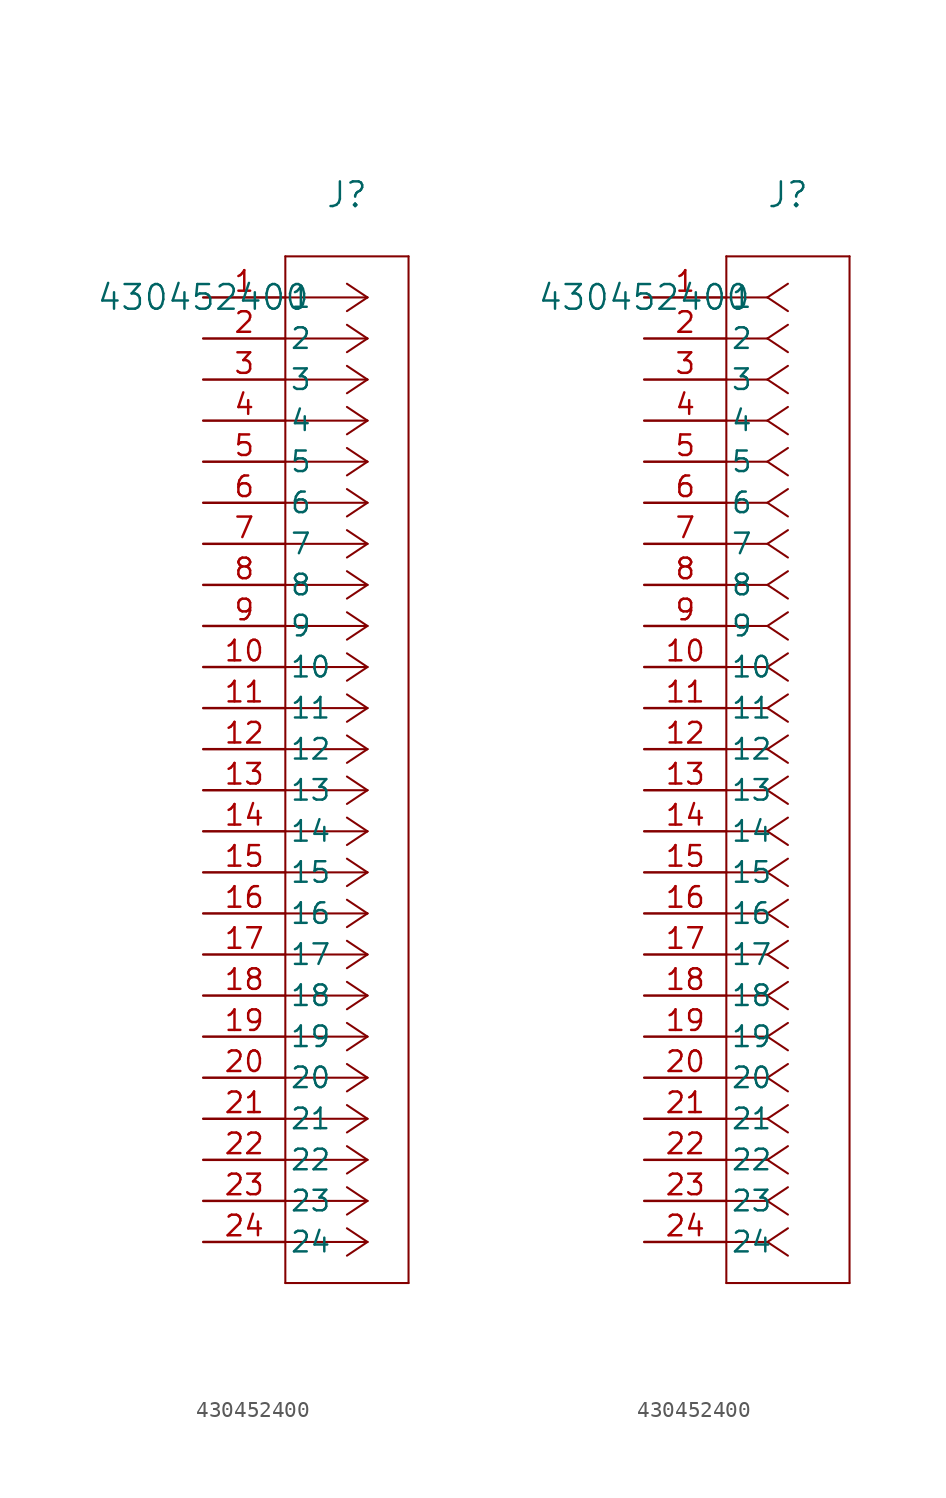
<source format=kicad_sym>
(kicad_symbol_lib
  (version 20211014)
  (generator kicad_symbol_editor)
  (symbol "430452400"
    (pin_names
      (offset 0.254))
    (property "Reference" "J"
      (at 8.89 6.35 0)
      (effects (font (size 1.524 1.524))))
    (property "Value" "430452400"
      (at 0 0 0)
      (effects (font (size 1.524 1.524))))
    (symbol "430452400_1_1"
      (polyline (pts (xy 10.16 0) (xy 5.08 0)) (stroke (width 0.127) (type default) (color 0 0 0 0)) (fill (type none)))
      (polyline (pts (xy 10.16 -2.54) (xy 5.08 -2.54)) (stroke (width 0.127) (type default) (color 0 0 0 0)) (fill (type none)))
      (polyline (pts (xy 10.16 -5.08) (xy 5.08 -5.08)) (stroke (width 0.127) (type default) (color 0 0 0 0)) (fill (type none)))
      (polyline (pts (xy 10.16 -7.62) (xy 5.08 -7.62)) (stroke (width 0.127) (type default) (color 0 0 0 0)) (fill (type none)))
      (polyline (pts (xy 10.16 -10.16) (xy 5.08 -10.16)) (stroke (width 0.127) (type default) (color 0 0 0 0)) (fill (type none)))
      (polyline (pts (xy 10.16 -12.7) (xy 5.08 -12.7)) (stroke (width 0.127) (type default) (color 0 0 0 0)) (fill (type none)))
      (polyline (pts (xy 10.16 -15.24) (xy 5.08 -15.24)) (stroke (width 0.127) (type default) (color 0 0 0 0)) (fill (type none)))
      (polyline (pts (xy 10.16 -17.78) (xy 5.08 -17.78)) (stroke (width 0.127) (type default) (color 0 0 0 0)) (fill (type none)))
      (polyline (pts (xy 10.16 -20.32) (xy 5.08 -20.32)) (stroke (width 0.127) (type default) (color 0 0 0 0)) (fill (type none)))
      (polyline (pts (xy 10.16 -22.86) (xy 5.08 -22.86)) (stroke (width 0.127) (type default) (color 0 0 0 0)) (fill (type none)))
      (polyline (pts (xy 10.16 -25.4) (xy 5.08 -25.4)) (stroke (width 0.127) (type default) (color 0 0 0 0)) (fill (type none)))
      (polyline (pts (xy 10.16 -27.94) (xy 5.08 -27.94)) (stroke (width 0.127) (type default) (color 0 0 0 0)) (fill (type none)))
      (polyline (pts (xy 10.16 -30.48) (xy 5.08 -30.48)) (stroke (width 0.127) (type default) (color 0 0 0 0)) (fill (type none)))
      (polyline (pts (xy 10.16 -33.02) (xy 5.08 -33.02)) (stroke (width 0.127) (type default) (color 0 0 0 0)) (fill (type none)))
      (polyline (pts (xy 10.16 -35.56) (xy 5.08 -35.56)) (stroke (width 0.127) (type default) (color 0 0 0 0)) (fill (type none)))
      (polyline (pts (xy 10.16 -38.1) (xy 5.08 -38.1)) (stroke (width 0.127) (type default) (color 0 0 0 0)) (fill (type none)))
      (polyline (pts (xy 10.16 -40.64) (xy 5.08 -40.64)) (stroke (width 0.127) (type default) (color 0 0 0 0)) (fill (type none)))
      (polyline (pts (xy 10.16 -43.18) (xy 5.08 -43.18)) (stroke (width 0.127) (type default) (color 0 0 0 0)) (fill (type none)))
      (polyline (pts (xy 10.16 -45.72) (xy 5.08 -45.72)) (stroke (width 0.127) (type default) (color 0 0 0 0)) (fill (type none)))
      (polyline (pts (xy 10.16 -48.26) (xy 5.08 -48.26)) (stroke (width 0.127) (type default) (color 0 0 0 0)) (fill (type none)))
      (polyline (pts (xy 10.16 -50.8) (xy 5.08 -50.8)) (stroke (width 0.127) (type default) (color 0 0 0 0)) (fill (type none)))
      (polyline (pts (xy 10.16 -53.34) (xy 5.08 -53.34)) (stroke (width 0.127) (type default) (color 0 0 0 0)) (fill (type none)))
      (polyline (pts (xy 10.16 -55.88) (xy 5.08 -55.88)) (stroke (width 0.127) (type default) (color 0 0 0 0)) (fill (type none)))
      (polyline (pts (xy 10.16 -58.42) (xy 5.08 -58.42)) (stroke (width 0.127) (type default) (color 0 0 0 0)) (fill (type none)))
      (polyline (pts (xy 10.16 0) (xy 8.89 0.847)) (stroke (width 0.127) (type default) (color 0 0 0 0)) (fill (type none)))
      (polyline (pts (xy 10.16 -2.54) (xy 8.89 -1.693)) (stroke (width 0.127) (type default) (color 0 0 0 0)) (fill (type none)))
      (polyline (pts (xy 10.16 -5.08) (xy 8.89 -4.233)) (stroke (width 0.127) (type default) (color 0 0 0 0)) (fill (type none)))
      (polyline (pts (xy 10.16 -7.62) (xy 8.89 -6.773)) (stroke (width 0.127) (type default) (color 0 0 0 0)) (fill (type none)))
      (polyline (pts (xy 10.16 -10.16) (xy 8.89 -9.313)) (stroke (width 0.127) (type default) (color 0 0 0 0)) (fill (type none)))
      (polyline (pts (xy 10.16 -12.7) (xy 8.89 -11.853)) (stroke (width 0.127) (type default) (color 0 0 0 0)) (fill (type none)))
      (polyline (pts (xy 10.16 -15.24) (xy 8.89 -14.393)) (stroke (width 0.127) (type default) (color 0 0 0 0)) (fill (type none)))
      (polyline (pts (xy 10.16 -17.78) (xy 8.89 -16.933)) (stroke (width 0.127) (type default) (color 0 0 0 0)) (fill (type none)))
      (polyline (pts (xy 10.16 -20.32) (xy 8.89 -19.473)) (stroke (width 0.127) (type default) (color 0 0 0 0)) (fill (type none)))
      (polyline (pts (xy 10.16 -22.86) (xy 8.89 -22.013)) (stroke (width 0.127) (type default) (color 0 0 0 0)) (fill (type none)))
      (polyline (pts (xy 10.16 -25.4) (xy 8.89 -24.553)) (stroke (width 0.127) (type default) (color 0 0 0 0)) (fill (type none)))
      (polyline (pts (xy 10.16 -27.94) (xy 8.89 -27.093)) (stroke (width 0.127) (type default) (color 0 0 0 0)) (fill (type none)))
      (polyline (pts (xy 10.16 -30.48) (xy 8.89 -29.633)) (stroke (width 0.127) (type default) (color 0 0 0 0)) (fill (type none)))
      (polyline (pts (xy 10.16 -33.02) (xy 8.89 -32.173)) (stroke (width 0.127) (type default) (color 0 0 0 0)) (fill (type none)))
      (polyline (pts (xy 10.16 -35.56) (xy 8.89 -34.713)) (stroke (width 0.127) (type default) (color 0 0 0 0)) (fill (type none)))
      (polyline (pts (xy 10.16 -38.1) (xy 8.89 -37.253)) (stroke (width 0.127) (type default) (color 0 0 0 0)) (fill (type none)))
      (polyline (pts (xy 10.16 -40.64) (xy 8.89 -39.793)) (stroke (width 0.127) (type default) (color 0 0 0 0)) (fill (type none)))
      (polyline (pts (xy 10.16 -43.18) (xy 8.89 -42.333)) (stroke (width 0.127) (type default) (color 0 0 0 0)) (fill (type none)))
      (polyline (pts (xy 10.16 -45.72) (xy 8.89 -44.873)) (stroke (width 0.127) (type default) (color 0 0 0 0)) (fill (type none)))
      (polyline (pts (xy 10.16 -48.26) (xy 8.89 -47.413)) (stroke (width 0.127) (type default) (color 0 0 0 0)) (fill (type none)))
      (polyline (pts (xy 10.16 -50.8) (xy 8.89 -49.953)) (stroke (width 0.127) (type default) (color 0 0 0 0)) (fill (type none)))
      (polyline (pts (xy 10.16 -53.34) (xy 8.89 -52.493)) (stroke (width 0.127) (type default) (color 0 0 0 0)) (fill (type none)))
      (polyline (pts (xy 10.16 -55.88) (xy 8.89 -55.033)) (stroke (width 0.127) (type default) (color 0 0 0 0)) (fill (type none)))
      (polyline (pts (xy 10.16 -58.42) (xy 8.89 -57.573)) (stroke (width 0.127) (type default) (color 0 0 0 0)) (fill (type none)))
      (polyline (pts (xy 10.16 0) (xy 8.89 -0.847)) (stroke (width 0.127) (type default) (color 0 0 0 0)) (fill (type none)))
      (polyline (pts (xy 10.16 -2.54) (xy 8.89 -3.387)) (stroke (width 0.127) (type default) (color 0 0 0 0)) (fill (type none)))
      (polyline (pts (xy 10.16 -5.08) (xy 8.89 -5.927)) (stroke (width 0.127) (type default) (color 0 0 0 0)) (fill (type none)))
      (polyline (pts (xy 10.16 -7.62) (xy 8.89 -8.467)) (stroke (width 0.127) (type default) (color 0 0 0 0)) (fill (type none)))
      (polyline (pts (xy 10.16 -10.16) (xy 8.89 -11.007)) (stroke (width 0.127) (type default) (color 0 0 0 0)) (fill (type none)))
      (polyline (pts (xy 10.16 -12.7) (xy 8.89 -13.547)) (stroke (width 0.127) (type default) (color 0 0 0 0)) (fill (type none)))
      (polyline (pts (xy 10.16 -15.24) (xy 8.89 -16.087)) (stroke (width 0.127) (type default) (color 0 0 0 0)) (fill (type none)))
      (polyline (pts (xy 10.16 -17.78) (xy 8.89 -18.627)) (stroke (width 0.127) (type default) (color 0 0 0 0)) (fill (type none)))
      (polyline (pts (xy 10.16 -20.32) (xy 8.89 -21.167)) (stroke (width 0.127) (type default) (color 0 0 0 0)) (fill (type none)))
      (polyline (pts (xy 10.16 -22.86) (xy 8.89 -23.707)) (stroke (width 0.127) (type default) (color 0 0 0 0)) (fill (type none)))
      (polyline (pts (xy 10.16 -25.4) (xy 8.89 -26.247)) (stroke (width 0.127) (type default) (color 0 0 0 0)) (fill (type none)))
      (polyline (pts (xy 10.16 -27.94) (xy 8.89 -28.787)) (stroke (width 0.127) (type default) (color 0 0 0 0)) (fill (type none)))
      (polyline (pts (xy 10.16 -30.48) (xy 8.89 -31.327)) (stroke (width 0.127) (type default) (color 0 0 0 0)) (fill (type none)))
      (polyline (pts (xy 10.16 -33.02) (xy 8.89 -33.867)) (stroke (width 0.127) (type default) (color 0 0 0 0)) (fill (type none)))
      (polyline (pts (xy 10.16 -35.56) (xy 8.89 -36.407)) (stroke (width 0.127) (type default) (color 0 0 0 0)) (fill (type none)))
      (polyline (pts (xy 10.16 -38.1) (xy 8.89 -38.947)) (stroke (width 0.127) (type default) (color 0 0 0 0)) (fill (type none)))
      (polyline (pts (xy 10.16 -40.64) (xy 8.89 -41.487)) (stroke (width 0.127) (type default) (color 0 0 0 0)) (fill (type none)))
      (polyline (pts (xy 10.16 -43.18) (xy 8.89 -44.027)) (stroke (width 0.127) (type default) (color 0 0 0 0)) (fill (type none)))
      (polyline (pts (xy 10.16 -45.72) (xy 8.89 -46.567)) (stroke (width 0.127) (type default) (color 0 0 0 0)) (fill (type none)))
      (polyline (pts (xy 10.16 -48.26) (xy 8.89 -49.107)) (stroke (width 0.127) (type default) (color 0 0 0 0)) (fill (type none)))
      (polyline (pts (xy 10.16 -50.8) (xy 8.89 -51.647)) (stroke (width 0.127) (type default) (color 0 0 0 0)) (fill (type none)))
      (polyline (pts (xy 10.16 -53.34) (xy 8.89 -54.187)) (stroke (width 0.127) (type default) (color 0 0 0 0)) (fill (type none)))
      (polyline (pts (xy 10.16 -55.88) (xy 8.89 -56.727)) (stroke (width 0.127) (type default) (color 0 0 0 0)) (fill (type none)))
      (polyline (pts (xy 10.16 -58.42) (xy 8.89 -59.267)) (stroke (width 0.127) (type default) (color 0 0 0 0)) (fill (type none)))
      (polyline (pts (xy 5.08 2.54) (xy 5.08 -60.96)) (stroke (width 0.127) (type default) (color 0 0 0 0)) (fill (type none)))
      (polyline (pts (xy 5.08 -60.96) (xy 12.7 -60.96)) (stroke (width 0.127) (type default) (color 0 0 0 0)) (fill (type none)))
      (polyline (pts (xy 12.7 -60.96) (xy 12.7 2.54)) (stroke (width 0.127) (type default) (color 0 0 0 0)) (fill (type none)))
      (polyline (pts (xy 12.7 2.54) (xy 5.08 2.54)) (stroke (width 0.127) (type default) (color 0 0 0 0)) (fill (type none)))
      (pin unspecified line (at 0 0 0) (length 5.08) (name "1" (effects (font (size 1.27 1.27)))) (number "1" (effects (font (size 1.27 1.27)))))
      (pin unspecified line (at 0 -2.54 0) (length 5.08) (name "2" (effects (font (size 1.27 1.27)))) (number "2" (effects (font (size 1.27 1.27)))))
      (pin unspecified line (at 0 -5.08 0) (length 5.08) (name "3" (effects (font (size 1.27 1.27)))) (number "3" (effects (font (size 1.27 1.27)))))
      (pin unspecified line (at 0 -7.62 0) (length 5.08) (name "4" (effects (font (size 1.27 1.27)))) (number "4" (effects (font (size 1.27 1.27)))))
      (pin unspecified line (at 0 -10.16 0) (length 5.08) (name "5" (effects (font (size 1.27 1.27)))) (number "5" (effects (font (size 1.27 1.27)))))
      (pin unspecified line (at 0 -12.7 0) (length 5.08) (name "6" (effects (font (size 1.27 1.27)))) (number "6" (effects (font (size 1.27 1.27)))))
      (pin unspecified line (at 0 -15.24 0) (length 5.08) (name "7" (effects (font (size 1.27 1.27)))) (number "7" (effects (font (size 1.27 1.27)))))
      (pin unspecified line (at 0 -17.78 0) (length 5.08) (name "8" (effects (font (size 1.27 1.27)))) (number "8" (effects (font (size 1.27 1.27)))))
      (pin unspecified line (at 0 -20.32 0) (length 5.08) (name "9" (effects (font (size 1.27 1.27)))) (number "9" (effects (font (size 1.27 1.27)))))
      (pin unspecified line (at 0 -22.86 0) (length 5.08) (name "10" (effects (font (size 1.27 1.27)))) (number "10" (effects (font (size 1.27 1.27)))))
      (pin unspecified line (at 0 -25.4 0) (length 5.08) (name "11" (effects (font (size 1.27 1.27)))) (number "11" (effects (font (size 1.27 1.27)))))
      (pin unspecified line (at 0 -27.94 0) (length 5.08) (name "12" (effects (font (size 1.27 1.27)))) (number "12" (effects (font (size 1.27 1.27)))))
      (pin unspecified line (at 0 -30.48 0) (length 5.08) (name "13" (effects (font (size 1.27 1.27)))) (number "13" (effects (font (size 1.27 1.27)))))
      (pin unspecified line (at 0 -33.02 0) (length 5.08) (name "14" (effects (font (size 1.27 1.27)))) (number "14" (effects (font (size 1.27 1.27)))))
      (pin unspecified line (at 0 -35.56 0) (length 5.08) (name "15" (effects (font (size 1.27 1.27)))) (number "15" (effects (font (size 1.27 1.27)))))
      (pin unspecified line (at 0 -38.1 0) (length 5.08) (name "16" (effects (font (size 1.27 1.27)))) (number "16" (effects (font (size 1.27 1.27)))))
      (pin unspecified line (at 0 -40.64 0) (length 5.08) (name "17" (effects (font (size 1.27 1.27)))) (number "17" (effects (font (size 1.27 1.27)))))
      (pin unspecified line (at 0 -43.18 0) (length 5.08) (name "18" (effects (font (size 1.27 1.27)))) (number "18" (effects (font (size 1.27 1.27)))))
      (pin unspecified line (at 0 -45.72 0) (length 5.08) (name "19" (effects (font (size 1.27 1.27)))) (number "19" (effects (font (size 1.27 1.27)))))
      (pin unspecified line (at 0 -48.26 0) (length 5.08) (name "20" (effects (font (size 1.27 1.27)))) (number "20" (effects (font (size 1.27 1.27)))))
      (pin unspecified line (at 0 -50.8 0) (length 5.08) (name "21" (effects (font (size 1.27 1.27)))) (number "21" (effects (font (size 1.27 1.27)))))
      (pin unspecified line (at 0 -53.34 0) (length 5.08) (name "22" (effects (font (size 1.27 1.27)))) (number "22" (effects (font (size 1.27 1.27)))))
      (pin unspecified line (at 0 -55.88 0) (length 5.08) (name "23" (effects (font (size 1.27 1.27)))) (number "23" (effects (font (size 1.27 1.27)))))
      (pin unspecified line (at 0 -58.42 0) (length 5.08) (name "24" (effects (font (size 1.27 1.27)))) (number "24" (effects (font (size 1.27 1.27))))))
    (symbol "430452400_1_2"
      (polyline (pts (xy 7.62 0) (xy 5.08 0)) (stroke (width 0.127) (type default) (color 0 0 0 0)) (fill (type none)))
      (polyline (pts (xy 7.62 -2.54) (xy 5.08 -2.54)) (stroke (width 0.127) (type default) (color 0 0 0 0)) (fill (type none)))
      (polyline (pts (xy 7.62 -5.08) (xy 5.08 -5.08)) (stroke (width 0.127) (type default) (color 0 0 0 0)) (fill (type none)))
      (polyline (pts (xy 7.62 -7.62) (xy 5.08 -7.62)) (stroke (width 0.127) (type default) (color 0 0 0 0)) (fill (type none)))
      (polyline (pts (xy 7.62 -10.16) (xy 5.08 -10.16)) (stroke (width 0.127) (type default) (color 0 0 0 0)) (fill (type none)))
      (polyline (pts (xy 7.62 -12.7) (xy 5.08 -12.7)) (stroke (width 0.127) (type default) (color 0 0 0 0)) (fill (type none)))
      (polyline (pts (xy 7.62 -15.24) (xy 5.08 -15.24)) (stroke (width 0.127) (type default) (color 0 0 0 0)) (fill (type none)))
      (polyline (pts (xy 7.62 -17.78) (xy 5.08 -17.78)) (stroke (width 0.127) (type default) (color 0 0 0 0)) (fill (type none)))
      (polyline (pts (xy 7.62 -20.32) (xy 5.08 -20.32)) (stroke (width 0.127) (type default) (color 0 0 0 0)) (fill (type none)))
      (polyline (pts (xy 7.62 -22.86) (xy 5.08 -22.86)) (stroke (width 0.127) (type default) (color 0 0 0 0)) (fill (type none)))
      (polyline (pts (xy 7.62 -25.4) (xy 5.08 -25.4)) (stroke (width 0.127) (type default) (color 0 0 0 0)) (fill (type none)))
      (polyline (pts (xy 7.62 -27.94) (xy 5.08 -27.94)) (stroke (width 0.127) (type default) (color 0 0 0 0)) (fill (type none)))
      (polyline (pts (xy 7.62 -30.48) (xy 5.08 -30.48)) (stroke (width 0.127) (type default) (color 0 0 0 0)) (fill (type none)))
      (polyline (pts (xy 7.62 -33.02) (xy 5.08 -33.02)) (stroke (width 0.127) (type default) (color 0 0 0 0)) (fill (type none)))
      (polyline (pts (xy 7.62 -35.56) (xy 5.08 -35.56)) (stroke (width 0.127) (type default) (color 0 0 0 0)) (fill (type none)))
      (polyline (pts (xy 7.62 -38.1) (xy 5.08 -38.1)) (stroke (width 0.127) (type default) (color 0 0 0 0)) (fill (type none)))
      (polyline (pts (xy 7.62 -40.64) (xy 5.08 -40.64)) (stroke (width 0.127) (type default) (color 0 0 0 0)) (fill (type none)))
      (polyline (pts (xy 7.62 -43.18) (xy 5.08 -43.18)) (stroke (width 0.127) (type default) (color 0 0 0 0)) (fill (type none)))
      (polyline (pts (xy 7.62 -45.72) (xy 5.08 -45.72)) (stroke (width 0.127) (type default) (color 0 0 0 0)) (fill (type none)))
      (polyline (pts (xy 7.62 -48.26) (xy 5.08 -48.26)) (stroke (width 0.127) (type default) (color 0 0 0 0)) (fill (type none)))
      (polyline (pts (xy 7.62 -50.8) (xy 5.08 -50.8)) (stroke (width 0.127) (type default) (color 0 0 0 0)) (fill (type none)))
      (polyline (pts (xy 7.62 -53.34) (xy 5.08 -53.34)) (stroke (width 0.127) (type default) (color 0 0 0 0)) (fill (type none)))
      (polyline (pts (xy 7.62 -55.88) (xy 5.08 -55.88)) (stroke (width 0.127) (type default) (color 0 0 0 0)) (fill (type none)))
      (polyline (pts (xy 7.62 -58.42) (xy 5.08 -58.42)) (stroke (width 0.127) (type default) (color 0 0 0 0)) (fill (type none)))
      (polyline (pts (xy 7.62 0) (xy 8.89 0.847)) (stroke (width 0.127) (type default) (color 0 0 0 0)) (fill (type none)))
      (polyline (pts (xy 7.62 -2.54) (xy 8.89 -1.693)) (stroke (width 0.127) (type default) (color 0 0 0 0)) (fill (type none)))
      (polyline (pts (xy 7.62 -5.08) (xy 8.89 -4.233)) (stroke (width 0.127) (type default) (color 0 0 0 0)) (fill (type none)))
      (polyline (pts (xy 7.62 -7.62) (xy 8.89 -6.773)) (stroke (width 0.127) (type default) (color 0 0 0 0)) (fill (type none)))
      (polyline (pts (xy 7.62 -10.16) (xy 8.89 -9.313)) (stroke (width 0.127) (type default) (color 0 0 0 0)) (fill (type none)))
      (polyline (pts (xy 7.62 -12.7) (xy 8.89 -11.853)) (stroke (width 0.127) (type default) (color 0 0 0 0)) (fill (type none)))
      (polyline (pts (xy 7.62 -15.24) (xy 8.89 -14.393)) (stroke (width 0.127) (type default) (color 0 0 0 0)) (fill (type none)))
      (polyline (pts (xy 7.62 -17.78) (xy 8.89 -16.933)) (stroke (width 0.127) (type default) (color 0 0 0 0)) (fill (type none)))
      (polyline (pts (xy 7.62 -20.32) (xy 8.89 -19.473)) (stroke (width 0.127) (type default) (color 0 0 0 0)) (fill (type none)))
      (polyline (pts (xy 7.62 -22.86) (xy 8.89 -22.013)) (stroke (width 0.127) (type default) (color 0 0 0 0)) (fill (type none)))
      (polyline (pts (xy 7.62 -25.4) (xy 8.89 -24.553)) (stroke (width 0.127) (type default) (color 0 0 0 0)) (fill (type none)))
      (polyline (pts (xy 7.62 -27.94) (xy 8.89 -27.093)) (stroke (width 0.127) (type default) (color 0 0 0 0)) (fill (type none)))
      (polyline (pts (xy 7.62 -30.48) (xy 8.89 -29.633)) (stroke (width 0.127) (type default) (color 0 0 0 0)) (fill (type none)))
      (polyline (pts (xy 7.62 -33.02) (xy 8.89 -32.173)) (stroke (width 0.127) (type default) (color 0 0 0 0)) (fill (type none)))
      (polyline (pts (xy 7.62 -35.56) (xy 8.89 -34.713)) (stroke (width 0.127) (type default) (color 0 0 0 0)) (fill (type none)))
      (polyline (pts (xy 7.62 -38.1) (xy 8.89 -37.253)) (stroke (width 0.127) (type default) (color 0 0 0 0)) (fill (type none)))
      (polyline (pts (xy 7.62 -40.64) (xy 8.89 -39.793)) (stroke (width 0.127) (type default) (color 0 0 0 0)) (fill (type none)))
      (polyline (pts (xy 7.62 -43.18) (xy 8.89 -42.333)) (stroke (width 0.127) (type default) (color 0 0 0 0)) (fill (type none)))
      (polyline (pts (xy 7.62 -45.72) (xy 8.89 -44.873)) (stroke (width 0.127) (type default) (color 0 0 0 0)) (fill (type none)))
      (polyline (pts (xy 7.62 -48.26) (xy 8.89 -47.413)) (stroke (width 0.127) (type default) (color 0 0 0 0)) (fill (type none)))
      (polyline (pts (xy 7.62 -50.8) (xy 8.89 -49.953)) (stroke (width 0.127) (type default) (color 0 0 0 0)) (fill (type none)))
      (polyline (pts (xy 7.62 -53.34) (xy 8.89 -52.493)) (stroke (width 0.127) (type default) (color 0 0 0 0)) (fill (type none)))
      (polyline (pts (xy 7.62 -55.88) (xy 8.89 -55.033)) (stroke (width 0.127) (type default) (color 0 0 0 0)) (fill (type none)))
      (polyline (pts (xy 7.62 -58.42) (xy 8.89 -57.573)) (stroke (width 0.127) (type default) (color 0 0 0 0)) (fill (type none)))
      (polyline (pts (xy 7.62 0) (xy 8.89 -0.847)) (stroke (width 0.127) (type default) (color 0 0 0 0)) (fill (type none)))
      (polyline (pts (xy 7.62 -2.54) (xy 8.89 -3.387)) (stroke (width 0.127) (type default) (color 0 0 0 0)) (fill (type none)))
      (polyline (pts (xy 7.62 -5.08) (xy 8.89 -5.927)) (stroke (width 0.127) (type default) (color 0 0 0 0)) (fill (type none)))
      (polyline (pts (xy 7.62 -7.62) (xy 8.89 -8.467)) (stroke (width 0.127) (type default) (color 0 0 0 0)) (fill (type none)))
      (polyline (pts (xy 7.62 -10.16) (xy 8.89 -11.007)) (stroke (width 0.127) (type default) (color 0 0 0 0)) (fill (type none)))
      (polyline (pts (xy 7.62 -12.7) (xy 8.89 -13.547)) (stroke (width 0.127) (type default) (color 0 0 0 0)) (fill (type none)))
      (polyline (pts (xy 7.62 -15.24) (xy 8.89 -16.087)) (stroke (width 0.127) (type default) (color 0 0 0 0)) (fill (type none)))
      (polyline (pts (xy 7.62 -17.78) (xy 8.89 -18.627)) (stroke (width 0.127) (type default) (color 0 0 0 0)) (fill (type none)))
      (polyline (pts (xy 7.62 -20.32) (xy 8.89 -21.167)) (stroke (width 0.127) (type default) (color 0 0 0 0)) (fill (type none)))
      (polyline (pts (xy 7.62 -22.86) (xy 8.89 -23.707)) (stroke (width 0.127) (type default) (color 0 0 0 0)) (fill (type none)))
      (polyline (pts (xy 7.62 -25.4) (xy 8.89 -26.247)) (stroke (width 0.127) (type default) (color 0 0 0 0)) (fill (type none)))
      (polyline (pts (xy 7.62 -27.94) (xy 8.89 -28.787)) (stroke (width 0.127) (type default) (color 0 0 0 0)) (fill (type none)))
      (polyline (pts (xy 7.62 -30.48) (xy 8.89 -31.327)) (stroke (width 0.127) (type default) (color 0 0 0 0)) (fill (type none)))
      (polyline (pts (xy 7.62 -33.02) (xy 8.89 -33.867)) (stroke (width 0.127) (type default) (color 0 0 0 0)) (fill (type none)))
      (polyline (pts (xy 7.62 -35.56) (xy 8.89 -36.407)) (stroke (width 0.127) (type default) (color 0 0 0 0)) (fill (type none)))
      (polyline (pts (xy 7.62 -38.1) (xy 8.89 -38.947)) (stroke (width 0.127) (type default) (color 0 0 0 0)) (fill (type none)))
      (polyline (pts (xy 7.62 -40.64) (xy 8.89 -41.487)) (stroke (width 0.127) (type default) (color 0 0 0 0)) (fill (type none)))
      (polyline (pts (xy 7.62 -43.18) (xy 8.89 -44.027)) (stroke (width 0.127) (type default) (color 0 0 0 0)) (fill (type none)))
      (polyline (pts (xy 7.62 -45.72) (xy 8.89 -46.567)) (stroke (width 0.127) (type default) (color 0 0 0 0)) (fill (type none)))
      (polyline (pts (xy 7.62 -48.26) (xy 8.89 -49.107)) (stroke (width 0.127) (type default) (color 0 0 0 0)) (fill (type none)))
      (polyline (pts (xy 7.62 -50.8) (xy 8.89 -51.647)) (stroke (width 0.127) (type default) (color 0 0 0 0)) (fill (type none)))
      (polyline (pts (xy 7.62 -53.34) (xy 8.89 -54.187)) (stroke (width 0.127) (type default) (color 0 0 0 0)) (fill (type none)))
      (polyline (pts (xy 7.62 -55.88) (xy 8.89 -56.727)) (stroke (width 0.127) (type default) (color 0 0 0 0)) (fill (type none)))
      (polyline (pts (xy 7.62 -58.42) (xy 8.89 -59.267)) (stroke (width 0.127) (type default) (color 0 0 0 0)) (fill (type none)))
      (polyline (pts (xy 5.08 2.54) (xy 5.08 -60.96)) (stroke (width 0.127) (type default) (color 0 0 0 0)) (fill (type none)))
      (polyline (pts (xy 5.08 -60.96) (xy 12.7 -60.96)) (stroke (width 0.127) (type default) (color 0 0 0 0)) (fill (type none)))
      (polyline (pts (xy 12.7 -60.96) (xy 12.7 2.54)) (stroke (width 0.127) (type default) (color 0 0 0 0)) (fill (type none)))
      (polyline (pts (xy 12.7 2.54) (xy 5.08 2.54)) (stroke (width 0.127) (type default) (color 0 0 0 0)) (fill (type none)))
      (pin unspecified line (at 0 0 0) (length 5.08) (name "1" (effects (font (size 1.27 1.27)))) (number "1" (effects (font (size 1.27 1.27)))))
      (pin unspecified line (at 0 -2.54 0) (length 5.08) (name "2" (effects (font (size 1.27 1.27)))) (number "2" (effects (font (size 1.27 1.27)))))
      (pin unspecified line (at 0 -5.08 0) (length 5.08) (name "3" (effects (font (size 1.27 1.27)))) (number "3" (effects (font (size 1.27 1.27)))))
      (pin unspecified line (at 0 -7.62 0) (length 5.08) (name "4" (effects (font (size 1.27 1.27)))) (number "4" (effects (font (size 1.27 1.27)))))
      (pin unspecified line (at 0 -10.16 0) (length 5.08) (name "5" (effects (font (size 1.27 1.27)))) (number "5" (effects (font (size 1.27 1.27)))))
      (pin unspecified line (at 0 -12.7 0) (length 5.08) (name "6" (effects (font (size 1.27 1.27)))) (number "6" (effects (font (size 1.27 1.27)))))
      (pin unspecified line (at 0 -15.24 0) (length 5.08) (name "7" (effects (font (size 1.27 1.27)))) (number "7" (effects (font (size 1.27 1.27)))))
      (pin unspecified line (at 0 -17.78 0) (length 5.08) (name "8" (effects (font (size 1.27 1.27)))) (number "8" (effects (font (size 1.27 1.27)))))
      (pin unspecified line (at 0 -20.32 0) (length 5.08) (name "9" (effects (font (size 1.27 1.27)))) (number "9" (effects (font (size 1.27 1.27)))))
      (pin unspecified line (at 0 -22.86 0) (length 5.08) (name "10" (effects (font (size 1.27 1.27)))) (number "10" (effects (font (size 1.27 1.27)))))
      (pin unspecified line (at 0 -25.4 0) (length 5.08) (name "11" (effects (font (size 1.27 1.27)))) (number "11" (effects (font (size 1.27 1.27)))))
      (pin unspecified line (at 0 -27.94 0) (length 5.08) (name "12" (effects (font (size 1.27 1.27)))) (number "12" (effects (font (size 1.27 1.27)))))
      (pin unspecified line (at 0 -30.48 0) (length 5.08) (name "13" (effects (font (size 1.27 1.27)))) (number "13" (effects (font (size 1.27 1.27)))))
      (pin unspecified line (at 0 -33.02 0) (length 5.08) (name "14" (effects (font (size 1.27 1.27)))) (number "14" (effects (font (size 1.27 1.27)))))
      (pin unspecified line (at 0 -35.56 0) (length 5.08) (name "15" (effects (font (size 1.27 1.27)))) (number "15" (effects (font (size 1.27 1.27)))))
      (pin unspecified line (at 0 -38.1 0) (length 5.08) (name "16" (effects (font (size 1.27 1.27)))) (number "16" (effects (font (size 1.27 1.27)))))
      (pin unspecified line (at 0 -40.64 0) (length 5.08) (name "17" (effects (font (size 1.27 1.27)))) (number "17" (effects (font (size 1.27 1.27)))))
      (pin unspecified line (at 0 -43.18 0) (length 5.08) (name "18" (effects (font (size 1.27 1.27)))) (number "18" (effects (font (size 1.27 1.27)))))
      (pin unspecified line (at 0 -45.72 0) (length 5.08) (name "19" (effects (font (size 1.27 1.27)))) (number "19" (effects (font (size 1.27 1.27)))))
      (pin unspecified line (at 0 -48.26 0) (length 5.08) (name "20" (effects (font (size 1.27 1.27)))) (number "20" (effects (font (size 1.27 1.27)))))
      (pin unspecified line (at 0 -50.8 0) (length 5.08) (name "21" (effects (font (size 1.27 1.27)))) (number "21" (effects (font (size 1.27 1.27)))))
      (pin unspecified line (at 0 -53.34 0) (length 5.08) (name "22" (effects (font (size 1.27 1.27)))) (number "22" (effects (font (size 1.27 1.27)))))
      (pin unspecified line (at 0 -55.88 0) (length 5.08) (name "23" (effects (font (size 1.27 1.27)))) (number "23" (effects (font (size 1.27 1.27)))))
      (pin unspecified line (at 0 -58.42 0) (length 5.08) (name "24" (effects (font (size 1.27 1.27)))) (number "24" (effects (font (size 1.27 1.27))))))))
</source>
